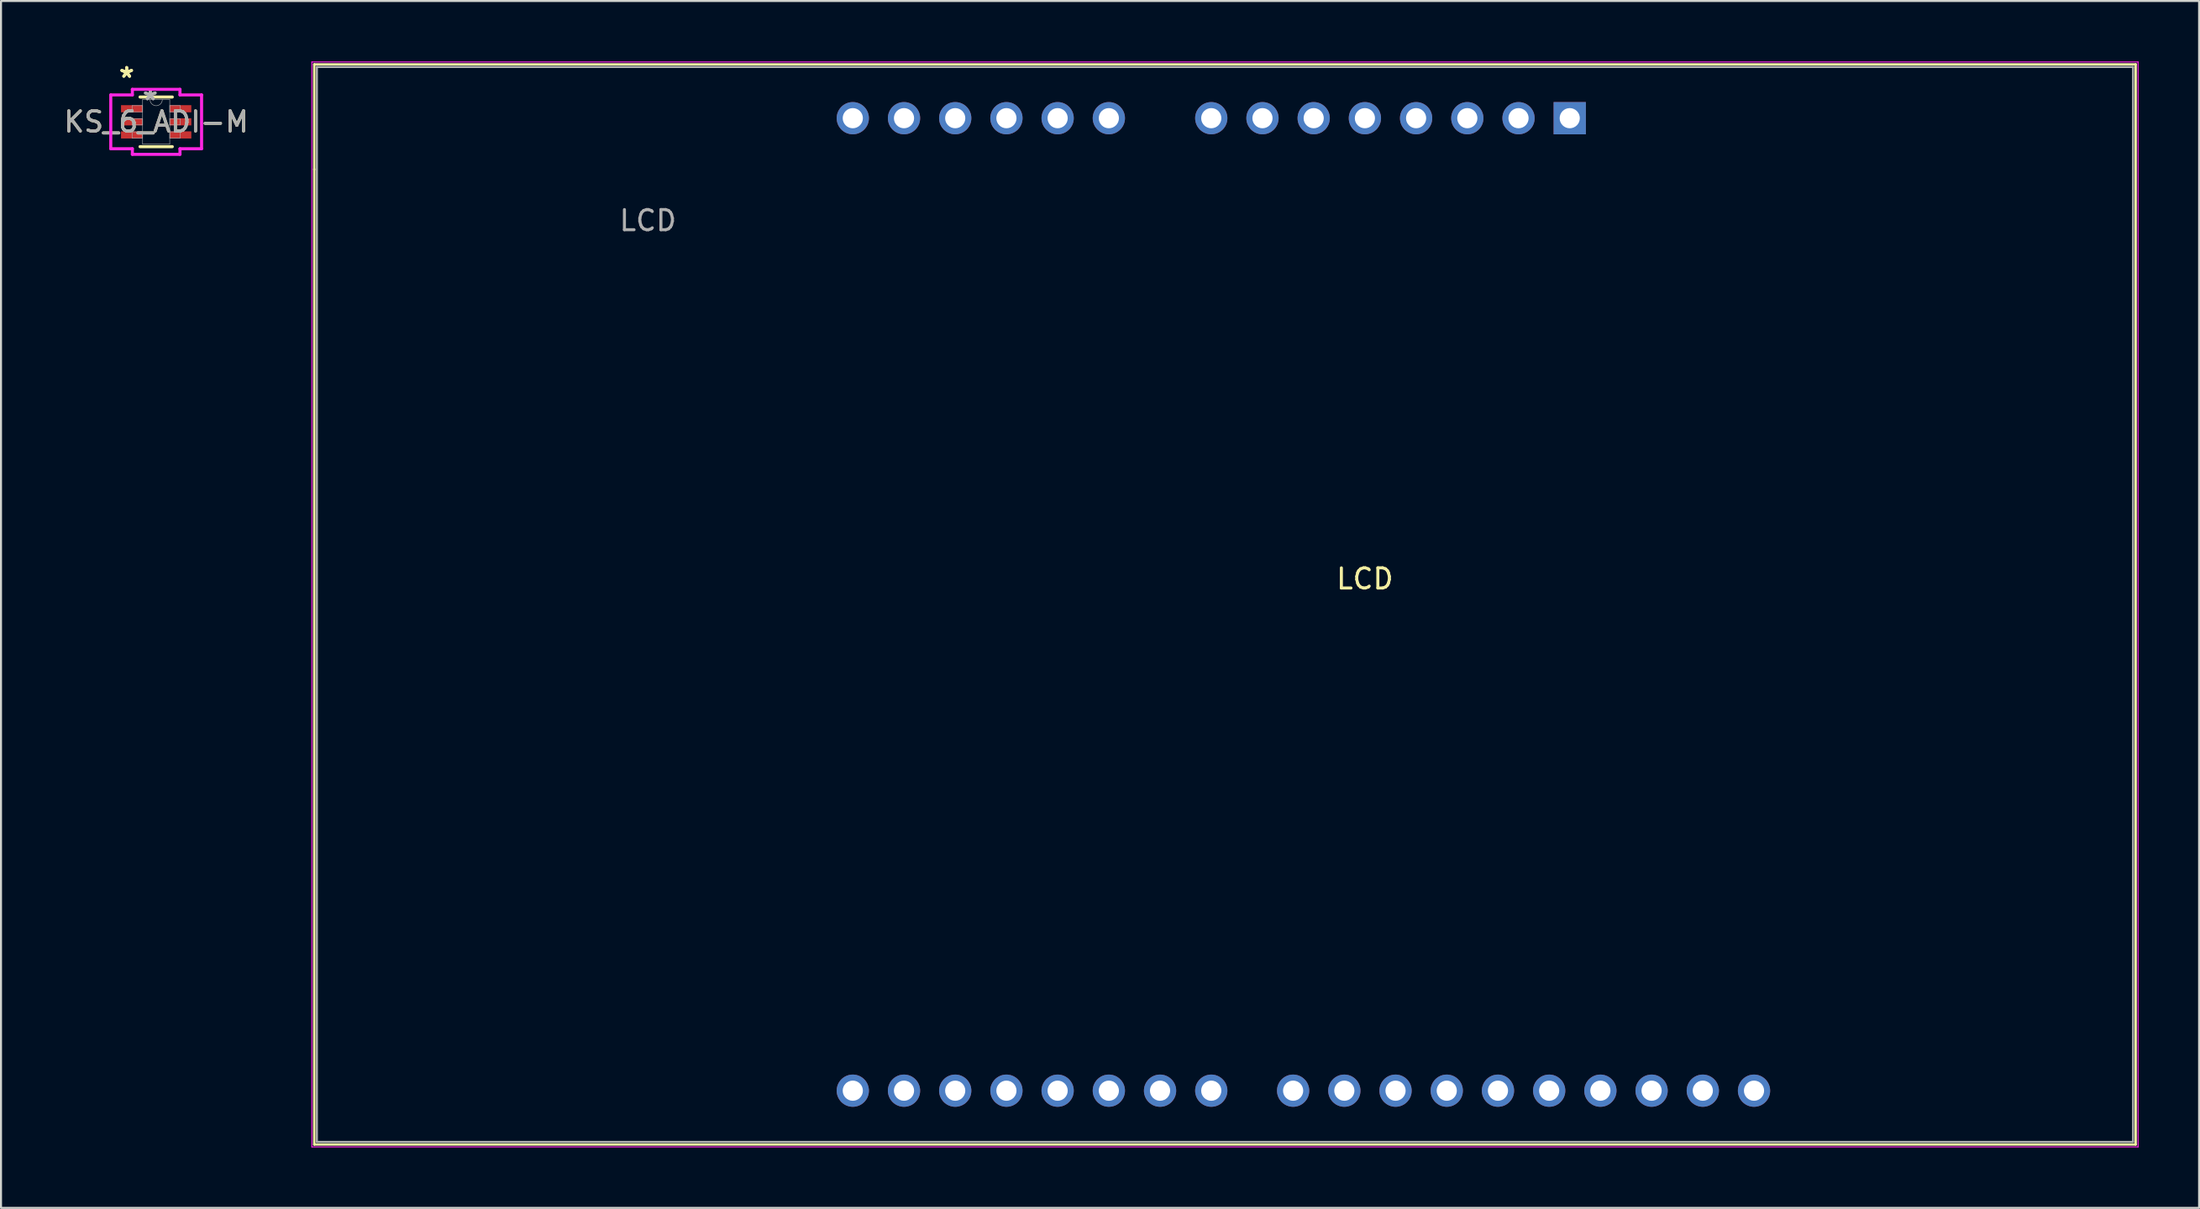
<source format=kicad_pcb>
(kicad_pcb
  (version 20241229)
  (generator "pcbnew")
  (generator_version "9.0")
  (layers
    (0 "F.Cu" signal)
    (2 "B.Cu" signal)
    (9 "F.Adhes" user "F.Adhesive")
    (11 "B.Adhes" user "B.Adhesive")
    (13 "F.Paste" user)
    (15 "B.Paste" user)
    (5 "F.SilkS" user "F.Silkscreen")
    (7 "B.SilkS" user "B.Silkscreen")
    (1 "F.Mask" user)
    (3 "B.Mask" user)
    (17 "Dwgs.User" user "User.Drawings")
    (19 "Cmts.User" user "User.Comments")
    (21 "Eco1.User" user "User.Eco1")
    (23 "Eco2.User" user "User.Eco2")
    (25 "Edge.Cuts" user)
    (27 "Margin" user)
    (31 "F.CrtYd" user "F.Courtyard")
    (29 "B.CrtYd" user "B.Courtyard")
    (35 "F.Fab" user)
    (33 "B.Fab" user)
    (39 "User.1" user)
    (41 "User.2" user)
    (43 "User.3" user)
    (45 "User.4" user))
  (footprint "KS_6_ADI-M"
    (layer "F.Cu")
    (at 4.696 2.996)
    (property "Reference" "KS_6_ADI-M" (at 0 0 0) (unlocked yes) (layer "F.SilkS") (effects (font (size 1 1) (thickness 0.15))))
    (attr smd)
    (fp_line (start -0.8 1.232) (end 0.8 1.232) (stroke (width 0.152) (type solid)) (layer "F.SilkS"))
    (fp_line (start 0.8 -1.232) (end -0.8 -1.232) (stroke (width 0.152) (type solid)) (layer "F.SilkS"))
    (fp_line (start -2.252 -1.335) (end -1.181 -1.335) (stroke (width 0.152) (type solid)) (layer "F.CrtYd"))
    (fp_line (start -2.252 1.335) (end -2.252 -1.335) (stroke (width 0.152) (type solid)) (layer "F.CrtYd"))
    (fp_line (start -2.252 1.335) (end -1.181 1.335) (stroke (width 0.152) (type solid)) (layer "F.CrtYd"))
    (fp_line (start -1.181 -1.613) (end 1.181 -1.613) (stroke (width 0.152) (type solid)) (layer "F.CrtYd"))
    (fp_line (start -1.181 -1.335) (end -1.181 -1.613) (stroke (width 0.152) (type solid)) (layer "F.CrtYd"))
    (fp_line (start -1.181 1.613) (end -1.181 1.335) (stroke (width 0.152) (type solid)) (layer "F.CrtYd"))
    (fp_line (start 1.181 -1.613) (end 1.181 -1.335) (stroke (width 0.152) (type solid)) (layer "F.CrtYd"))
    (fp_line (start 1.181 1.335) (end 1.181 1.613) (stroke (width 0.152) (type solid)) (layer "F.CrtYd"))
    (fp_line (start 1.181 1.613) (end -1.181 1.613) (stroke (width 0.152) (type solid)) (layer "F.CrtYd"))
    (fp_line (start 2.252 -1.335) (end 1.181 -1.335) (stroke (width 0.152) (type solid)) (layer "F.CrtYd"))
    (fp_line (start 2.252 -1.335) (end 2.252 1.335) (stroke (width 0.152) (type solid)) (layer "F.CrtYd"))
    (fp_line (start 2.252 1.335) (end 1.181 1.335) (stroke (width 0.152) (type solid)) (layer "F.CrtYd"))
    (fp_line (start -1.194 -0.802) (end -1.194 -0.498) (stroke (width 0.025) (type solid)) (layer "F.Fab"))
    (fp_line (start -1.194 -0.498) (end -0.673 -0.498) (stroke (width 0.025) (type solid)) (layer "F.Fab"))
    (fp_line (start -1.194 -0.152) (end -1.194 0.152) (stroke (width 0.025) (type solid)) (layer "F.Fab"))
    (fp_line (start -1.194 0.152) (end -0.673 0.152) (stroke (width 0.025) (type solid)) (layer "F.Fab"))
    (fp_line (start -1.194 0.498) (end -1.194 0.802) (stroke (width 0.025) (type solid)) (layer "F.Fab"))
    (fp_line (start -1.194 0.802) (end -0.673 0.802) (stroke (width 0.025) (type solid)) (layer "F.Fab"))
    (fp_line (start -0.673 -1.105) (end -0.673 1.105) (stroke (width 0.025) (type solid)) (layer "F.Fab"))
    (fp_line (start -0.673 -0.802) (end -1.194 -0.802) (stroke (width 0.025) (type solid)) (layer "F.Fab"))
    (fp_line (start -0.673 -0.498) (end -0.673 -0.802) (stroke (width 0.025) (type solid)) (layer "F.Fab"))
    (fp_line (start -0.673 -0.152) (end -1.194 -0.152) (stroke (width 0.025) (type solid)) (layer "F.Fab"))
    (fp_line (start -0.673 0.152) (end -0.673 -0.152) (stroke (width 0.025) (type solid)) (layer "F.Fab"))
    (fp_line (start -0.673 0.498) (end -1.194 0.498) (stroke (width 0.025) (type solid)) (layer "F.Fab"))
    (fp_line (start -0.673 0.802) (end -0.673 0.498) (stroke (width 0.025) (type solid)) (layer "F.Fab"))
    (fp_line (start -0.673 1.105) (end 0.673 1.105) (stroke (width 0.025) (type solid)) (layer "F.Fab"))
    (fp_line (start 0.673 -1.105) (end -0.673 -1.105) (stroke (width 0.025) (type solid)) (layer "F.Fab"))
    (fp_line (start 0.673 -0.802) (end 0.673 -0.498) (stroke (width 0.025) (type solid)) (layer "F.Fab"))
    (fp_line (start 0.673 -0.498) (end 1.194 -0.498) (stroke (width 0.025) (type solid)) (layer "F.Fab"))
    (fp_line (start 0.673 -0.152) (end 0.673 0.152) (stroke (width 0.025) (type solid)) (layer "F.Fab"))
    (fp_line (start 0.673 0.152) (end 1.194 0.152) (stroke (width 0.025) (type solid)) (layer "F.Fab"))
    (fp_line (start 0.673 0.498) (end 0.673 0.802) (stroke (width 0.025) (type solid)) (layer "F.Fab"))
    (fp_line (start 0.673 0.802) (end 1.194 0.802) (stroke (width 0.025) (type solid)) (layer "F.Fab"))
    (fp_line (start 0.673 1.105) (end 0.673 -1.105) (stroke (width 0.025) (type solid)) (layer "F.Fab"))
    (fp_line (start 1.194 -0.802) (end 0.673 -0.802) (stroke (width 0.025) (type solid)) (layer "F.Fab"))
    (fp_line (start 1.194 -0.498) (end 1.194 -0.802) (stroke (width 0.025) (type solid)) (layer "F.Fab"))
    (fp_line (start 1.194 -0.152) (end 0.673 -0.152) (stroke (width 0.025) (type solid)) (layer "F.Fab"))
    (fp_line (start 1.194 0.152) (end 1.194 -0.152) (stroke (width 0.025) (type solid)) (layer "F.Fab"))
    (fp_line (start 1.194 0.498) (end 0.673 0.498) (stroke (width 0.025) (type solid)) (layer "F.Fab"))
    (fp_line (start 1.194 0.802) (end 1.194 0.498) (stroke (width 0.025) (type solid)) (layer "F.Fab"))
    (fp_arc (start 0.3048 -1.1049) (mid 0 -0.8001) (end -0.3048 -1.1049) (stroke (width 0.0254) (type solid)) (layer "F.Fab"))
    (fp_text user "*" (at -1.462 -2.148 0) (unlocked yes) (layer "F.SilkS") (effects (font (size 1 1) (thickness 0.15))))
    (fp_text user "*" (at -1.462 -2.148 0) (layer "F.SilkS") (effects (font (size 1 1) (thickness 0.15))))
    (fp_text user "*" (at -0.292 -1.029 0) (layer "F.Fab") (effects (font (size 1 1) (thickness 0.15))))
    (fp_text user "${REFERENCE}" (at 0 0 0) (unlocked yes) (layer "F.Fab") (effects (font (size 1 1) (thickness 0.15))))
    (fp_text user "*" (at -0.292 -1.029 0) (unlocked yes) (layer "F.Fab") (effects (font (size 1 1) (thickness 0.15))))
    (pad "1" smd rect (at -1.208 -0.65) (size 1.071 0.355) (layers "F.Cu" "F.Mask" "F.Paste"))
    (pad "2" smd rect (at -1.208 0) (size 1.071 0.355) (layers "F.Cu" "F.Mask" "F.Paste"))
    (pad "3" smd rect (at -1.208 0.65) (size 1.071 0.355) (layers "F.Cu" "F.Mask" "F.Paste"))
    (pad "4" smd rect (at 1.208 0.65) (size 1.071 0.355) (layers "F.Cu" "F.Mask" "F.Paste"))
    (pad "5" smd rect (at 1.208 0) (size 1.071 0.355) (layers "F.Cu" "F.Mask" "F.Paste"))
    (pad "6" smd rect (at 1.208 -0.65) (size 1.071 0.355) (layers "F.Cu" "F.Mask" "F.Paste")))
  (footprint "LCD"
    (layer "F.Cu")
    (at 39.248 2.815)
    (property "Reference" "LCD" (at 25.4 22.86 180) (layer "F.SilkS") (effects (font (size 1 1) (thickness 0.15))))
    (attr through_hole)
    (fp_line (start -26.71 -2.67) (end -26.71 2.54) (stroke (width 0.12) (type solid)) (layer "F.SilkS"))
    (fp_line (start -26.71 -2.67) (end 63.63 -2.67) (stroke (width 0.12) (type solid)) (layer "F.SilkS"))
    (fp_line (start -26.71 50.93) (end -26.71 2.54) (stroke (width 0.12) (type solid)) (layer "F.SilkS"))
    (fp_line (start 63.63 -2.67) (end 63.63 50.93) (stroke (width 0.12) (type solid)) (layer "F.SilkS"))
    (fp_line (start 63.63 50.93) (end -26.71 50.93) (stroke (width 0.12) (type solid)) (layer "F.SilkS"))
    (fp_line (start -26.83 -2.79) (end -26.83 51.05) (stroke (width 0.05) (type solid)) (layer "F.CrtYd"))
    (fp_line (start -26.83 51.05) (end 63.75 51.05) (stroke (width 0.05) (type solid)) (layer "F.CrtYd"))
    (fp_line (start 63.75 -2.79) (end -26.83 -2.79) (stroke (width 0.05) (type solid)) (layer "F.CrtYd"))
    (fp_line (start 63.75 51.05) (end 63.75 -2.79) (stroke (width 0.05) (type solid)) (layer "F.CrtYd"))
    (fp_line (start -26.58 -2.54) (end -26.58 50.8) (stroke (width 0.1) (type solid)) (layer "F.Fab"))
    (fp_line (start -26.58 50.8) (end 63.5 50.8) (stroke (width 0.1) (type solid)) (layer "F.Fab"))
    (fp_line (start 63.5 -2.54) (end -26.58 -2.54) (stroke (width 0.1) (type solid)) (layer "F.Fab"))
    (fp_line (start 63.5 50.8) (end 63.5 -2.54) (stroke (width 0.1) (type solid)) (layer "F.Fab"))
    (fp_text user "${REFERENCE}" (at -10.16 5.08 180) (layer "F.Fab") (effects (font (size 1 1) (thickness 0.15))))
    (pad "1" thru_hole oval (at 44.7 48.26 270) (size 1.6 1.6) (drill 1) (layers "*.Cu" "*.Mask"))
    (pad "2" thru_hole oval (at 42.16 48.26 270) (size 1.6 1.6) (drill 1) (layers "*.Cu" "*.Mask"))
    (pad "3" thru_hole oval (at 39.62 48.26 270) (size 1.6 1.6) (drill 1) (layers "*.Cu" "*.Mask"))
    (pad "4" thru_hole oval (at 37.08 48.26 270) (size 1.6 1.6) (drill 1) (layers "*.Cu" "*.Mask"))
    (pad "5" thru_hole oval (at 34.54 48.26 270) (size 1.6 1.6) (drill 1) (layers "*.Cu" "*.Mask"))
    (pad "6" thru_hole oval (at 32 48.26 270) (size 1.6 1.6) (drill 1) (layers "*.Cu" "*.Mask"))
    (pad "7" thru_hole oval (at 29.46 48.26 270) (size 1.6 1.6) (drill 1) (layers "*.Cu" "*.Mask"))
    (pad "8" thru_hole oval (at 26.92 48.26 270) (size 1.6 1.6) (drill 1) (layers "*.Cu" "*.Mask"))
    (pad "9" thru_hole oval (at 24.38 48.26 270) (size 1.6 1.6) (drill 1) (layers "*.Cu" "*.Mask"))
    (pad "10" thru_hole oval (at 21.84 48.26 270) (size 1.6 1.6) (drill 1) (layers "*.Cu" "*.Mask"))
    (pad "11" thru_hole oval (at 17.78 48.26 270) (size 1.6 1.6) (drill 1) (layers "*.Cu" "*.Mask"))
    (pad "12" thru_hole oval (at 15.24 48.26 270) (size 1.6 1.6) (drill 1) (layers "*.Cu" "*.Mask"))
    (pad "13" thru_hole oval (at 12.7 48.26 270) (size 1.6 1.6) (drill 1) (layers "*.Cu" "*.Mask"))
    (pad "14" thru_hole oval (at 10.16 48.26 270) (size 1.6 1.6) (drill 1) (layers "*.Cu" "*.Mask"))
    (pad "15" thru_hole oval (at 7.62 48.26 270) (size 1.6 1.6) (drill 1) (layers "*.Cu" "*.Mask"))
    (pad "16" thru_hole oval (at 5.08 48.26 270) (size 1.6 1.6) (drill 1) (layers "*.Cu" "*.Mask"))
    (pad "17" thru_hole oval (at 2.54 48.26 270) (size 1.6 1.6) (drill 1) (layers "*.Cu" "*.Mask"))
    (pad "18" thru_hole oval (at 0 48.26 270) (size 1.6 1.6) (drill 1) (layers "*.Cu" "*.Mask"))
    (pad "19" thru_hole rect (at 35.56 0 270) (size 1.6 1.6) (drill 1) (layers "*.Cu" "*.Mask"))
    (pad "20" thru_hole oval (at 33.02 0 270) (size 1.6 1.6) (drill 1) (layers "*.Cu" "*.Mask"))
    (pad "21" thru_hole oval (at 30.48 0 270) (size 1.6 1.6) (drill 1) (layers "*.Cu" "*.Mask"))
    (pad "22" thru_hole oval (at 27.94 0 270) (size 1.6 1.6) (drill 1) (layers "*.Cu" "*.Mask"))
    (pad "23" thru_hole oval (at 25.4 0 270) (size 1.6 1.6) (drill 1) (layers "*.Cu" "*.Mask"))
    (pad "24" thru_hole oval (at 22.86 0 270) (size 1.6 1.6) (drill 1) (layers "*.Cu" "*.Mask"))
    (pad "25" thru_hole oval (at 20.32 0 270) (size 1.6 1.6) (drill 1) (layers "*.Cu" "*.Mask"))
    (pad "26" thru_hole oval (at 17.78 0 270) (size 1.6 1.6) (drill 1) (layers "*.Cu" "*.Mask"))
    (pad "27" thru_hole oval (at 12.7 0 270) (size 1.6 1.6) (drill 1) (layers "*.Cu" "*.Mask"))
    (pad "28" thru_hole oval (at 10.16 0 270) (size 1.6 1.6) (drill 1) (layers "*.Cu" "*.Mask"))
    (pad "29" thru_hole oval (at 7.62 0 270) (size 1.6 1.6) (drill 1) (layers "*.Cu" "*.Mask"))
    (pad "30" thru_hole oval (at 5.08 0 270) (size 1.6 1.6) (drill 1) (layers "*.Cu" "*.Mask"))
    (pad "31" thru_hole oval (at 2.54 0 270) (size 1.6 1.6) (drill 1) (layers "*.Cu" "*.Mask"))
    (pad "32" thru_hole oval (at 0 0 270) (size 1.6 1.6) (drill 1) (layers "*.Cu" "*.Mask")))
  (gr_rect
    (start -3 -3)
    (end 106.023 56.89)
    (stroke (width 0.1) (type default))
    (fill no)
    (layer "Edge.Cuts")))
</source>
